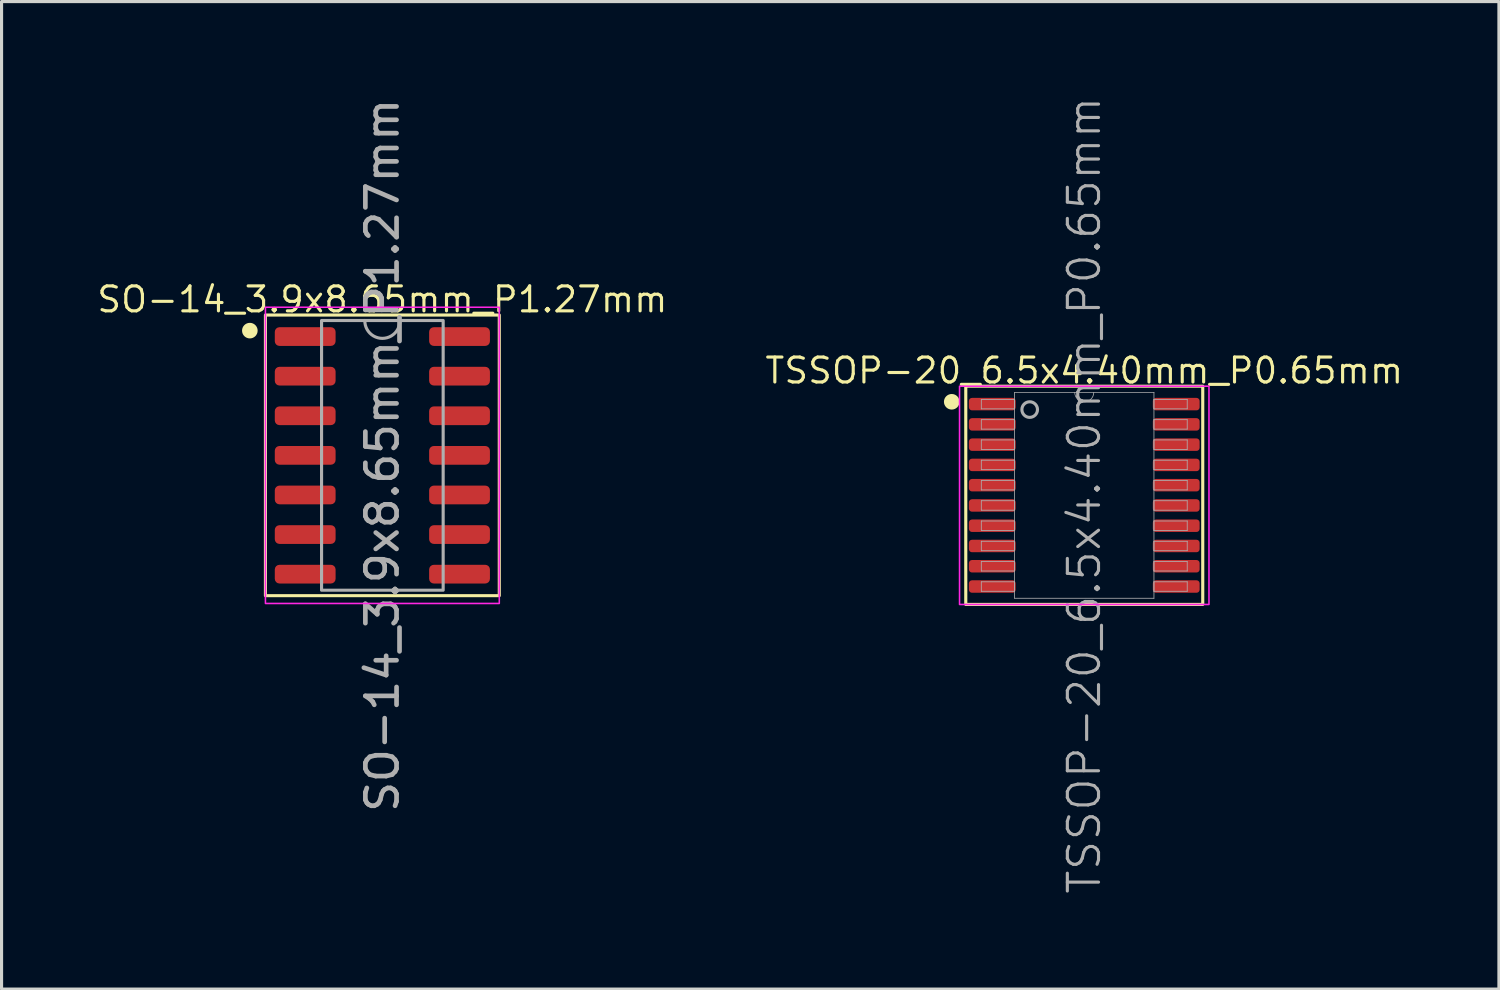
<source format=kicad_pcb>
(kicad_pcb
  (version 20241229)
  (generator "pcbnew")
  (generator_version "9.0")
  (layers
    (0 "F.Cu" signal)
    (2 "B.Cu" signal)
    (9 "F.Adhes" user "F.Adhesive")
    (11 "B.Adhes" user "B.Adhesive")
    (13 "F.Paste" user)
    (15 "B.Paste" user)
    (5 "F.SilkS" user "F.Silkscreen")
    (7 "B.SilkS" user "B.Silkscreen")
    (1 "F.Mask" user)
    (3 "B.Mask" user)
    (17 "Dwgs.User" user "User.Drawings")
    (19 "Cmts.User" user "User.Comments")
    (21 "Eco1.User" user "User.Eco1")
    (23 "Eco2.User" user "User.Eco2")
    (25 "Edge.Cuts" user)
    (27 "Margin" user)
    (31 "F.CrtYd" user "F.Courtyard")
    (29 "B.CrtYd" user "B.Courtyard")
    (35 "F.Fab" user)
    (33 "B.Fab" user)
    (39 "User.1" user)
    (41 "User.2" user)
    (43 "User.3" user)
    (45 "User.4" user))
  (footprint "TSSOP-20_6.5x4.40mm_P0.65mm"
    (layer "F.Cu")
    (at 31.724 12.836)
    (property "Reference" "TSSOP-20_6.5x4.40mm_P0.65mm" (at 0 -4 0) (unlocked yes) (layer "F.SilkS") (effects (font (size 0.8 0.8) (thickness 0.1))))
    (attr smd)
    (fp_rect (start -3.8 -3.5) (end 3.8 3.5) (stroke (width 0.1) (type solid)) (fill no) (layer "F.SilkS"))
    (fp_circle (center -4.25 -3) (end -4 -3) (stroke (width 0) (type solid)) (fill yes) (layer "F.SilkS"))
    (fp_rect (start -4 -3.5) (end 4 3.5) (stroke (width 0.05) (type solid)) (fill no) (layer "F.CrtYd"))
    (fp_line (start -3.302 -3.077) (end -3.302 -2.773) (stroke (width 0.025) (type solid)) (layer "F.Fab"))
    (fp_line (start -3.302 -2.773) (end -2.235 -2.773) (stroke (width 0.025) (type solid)) (layer "F.Fab"))
    (fp_line (start -3.302 -2.427) (end -3.302 -2.123) (stroke (width 0.025) (type solid)) (layer "F.Fab"))
    (fp_line (start -3.302 -2.123) (end -2.235 -2.123) (stroke (width 0.025) (type solid)) (layer "F.Fab"))
    (fp_line (start -3.302 -1.777) (end -3.302 -1.473) (stroke (width 0.025) (type solid)) (layer "F.Fab"))
    (fp_line (start -3.302 -1.473) (end -2.235 -1.473) (stroke (width 0.025) (type solid)) (layer "F.Fab"))
    (fp_line (start -3.302 -1.127) (end -3.302 -0.823) (stroke (width 0.025) (type solid)) (layer "F.Fab"))
    (fp_line (start -3.302 -0.823) (end -2.235 -0.823) (stroke (width 0.025) (type solid)) (layer "F.Fab"))
    (fp_line (start -3.302 -0.477) (end -3.302 -0.173) (stroke (width 0.025) (type solid)) (layer "F.Fab"))
    (fp_line (start -3.302 -0.173) (end -2.235 -0.173) (stroke (width 0.025) (type solid)) (layer "F.Fab"))
    (fp_line (start -3.302 0.173) (end -3.302 0.477) (stroke (width 0.025) (type solid)) (layer "F.Fab"))
    (fp_line (start -3.302 0.477) (end -2.235 0.477) (stroke (width 0.025) (type solid)) (layer "F.Fab"))
    (fp_line (start -3.302 0.823) (end -3.302 1.127) (stroke (width 0.025) (type solid)) (layer "F.Fab"))
    (fp_line (start -3.302 1.127) (end -2.235 1.127) (stroke (width 0.025) (type solid)) (layer "F.Fab"))
    (fp_line (start -3.302 1.473) (end -3.302 1.777) (stroke (width 0.025) (type solid)) (layer "F.Fab"))
    (fp_line (start -3.302 1.777) (end -2.235 1.777) (stroke (width 0.025) (type solid)) (layer "F.Fab"))
    (fp_line (start -3.302 2.123) (end -3.302 2.427) (stroke (width 0.025) (type solid)) (layer "F.Fab"))
    (fp_line (start -3.302 2.427) (end -2.235 2.427) (stroke (width 0.025) (type solid)) (layer "F.Fab"))
    (fp_line (start -3.302 2.773) (end -3.302 3.077) (stroke (width 0.025) (type solid)) (layer "F.Fab"))
    (fp_line (start -3.302 3.077) (end -2.235 3.077) (stroke (width 0.025) (type solid)) (layer "F.Fab"))
    (fp_line (start -2.235 -3.302) (end -2.235 3.302) (stroke (width 0.025) (type solid)) (layer "F.Fab"))
    (fp_line (start -2.235 -3.077) (end -3.302 -3.077) (stroke (width 0.025) (type solid)) (layer "F.Fab"))
    (fp_line (start -2.235 -2.773) (end -2.235 -3.077) (stroke (width 0.025) (type solid)) (layer "F.Fab"))
    (fp_line (start -2.235 -2.427) (end -3.302 -2.427) (stroke (width 0.025) (type solid)) (layer "F.Fab"))
    (fp_line (start -2.235 -2.123) (end -2.235 -2.427) (stroke (width 0.025) (type solid)) (layer "F.Fab"))
    (fp_line (start -2.235 -1.777) (end -3.302 -1.777) (stroke (width 0.025) (type solid)) (layer "F.Fab"))
    (fp_line (start -2.235 -1.473) (end -2.235 -1.777) (stroke (width 0.025) (type solid)) (layer "F.Fab"))
    (fp_line (start -2.235 -1.127) (end -3.302 -1.127) (stroke (width 0.025) (type solid)) (layer "F.Fab"))
    (fp_line (start -2.235 -0.823) (end -2.235 -1.127) (stroke (width 0.025) (type solid)) (layer "F.Fab"))
    (fp_line (start -2.235 -0.477) (end -3.302 -0.477) (stroke (width 0.025) (type solid)) (layer "F.Fab"))
    (fp_line (start -2.235 -0.173) (end -2.235 -0.477) (stroke (width 0.025) (type solid)) (layer "F.Fab"))
    (fp_line (start -2.235 0.173) (end -3.302 0.173) (stroke (width 0.025) (type solid)) (layer "F.Fab"))
    (fp_line (start -2.235 0.477) (end -2.235 0.173) (stroke (width 0.025) (type solid)) (layer "F.Fab"))
    (fp_line (start -2.235 0.823) (end -3.302 0.823) (stroke (width 0.025) (type solid)) (layer "F.Fab"))
    (fp_line (start -2.235 1.127) (end -2.235 0.823) (stroke (width 0.025) (type solid)) (layer "F.Fab"))
    (fp_line (start -2.235 1.473) (end -3.302 1.473) (stroke (width 0.025) (type solid)) (layer "F.Fab"))
    (fp_line (start -2.235 1.777) (end -2.235 1.473) (stroke (width 0.025) (type solid)) (layer "F.Fab"))
    (fp_line (start -2.235 2.123) (end -3.302 2.123) (stroke (width 0.025) (type solid)) (layer "F.Fab"))
    (fp_line (start -2.235 2.427) (end -2.235 2.123) (stroke (width 0.025) (type solid)) (layer "F.Fab"))
    (fp_line (start -2.235 2.773) (end -3.302 2.773) (stroke (width 0.025) (type solid)) (layer "F.Fab"))
    (fp_line (start -2.235 3.077) (end -2.235 2.773) (stroke (width 0.025) (type solid)) (layer "F.Fab"))
    (fp_line (start -2.235 3.302) (end 2.235 3.302) (stroke (width 0.025) (type solid)) (layer "F.Fab"))
    (fp_line (start 2.235 -3.302) (end -2.235 -3.302) (stroke (width 0.025) (type solid)) (layer "F.Fab"))
    (fp_line (start 2.235 -3.077) (end 2.235 -2.773) (stroke (width 0.025) (type solid)) (layer "F.Fab"))
    (fp_line (start 2.235 -2.773) (end 3.302 -2.773) (stroke (width 0.025) (type solid)) (layer "F.Fab"))
    (fp_line (start 2.235 -2.427) (end 2.235 -2.123) (stroke (width 0.025) (type solid)) (layer "F.Fab"))
    (fp_line (start 2.235 -2.123) (end 3.302 -2.123) (stroke (width 0.025) (type solid)) (layer "F.Fab"))
    (fp_line (start 2.235 -1.777) (end 2.235 -1.473) (stroke (width 0.025) (type solid)) (layer "F.Fab"))
    (fp_line (start 2.235 -1.473) (end 3.302 -1.473) (stroke (width 0.025) (type solid)) (layer "F.Fab"))
    (fp_line (start 2.235 -1.127) (end 2.235 -0.823) (stroke (width 0.025) (type solid)) (layer "F.Fab"))
    (fp_line (start 2.235 -0.823) (end 3.302 -0.823) (stroke (width 0.025) (type solid)) (layer "F.Fab"))
    (fp_line (start 2.235 -0.477) (end 2.235 -0.173) (stroke (width 0.025) (type solid)) (layer "F.Fab"))
    (fp_line (start 2.235 -0.173) (end 3.302 -0.173) (stroke (width 0.025) (type solid)) (layer "F.Fab"))
    (fp_line (start 2.235 0.173) (end 2.235 0.477) (stroke (width 0.025) (type solid)) (layer "F.Fab"))
    (fp_line (start 2.235 0.477) (end 3.302 0.477) (stroke (width 0.025) (type solid)) (layer "F.Fab"))
    (fp_line (start 2.235 0.823) (end 2.235 1.127) (stroke (width 0.025) (type solid)) (layer "F.Fab"))
    (fp_line (start 2.235 1.127) (end 3.302 1.127) (stroke (width 0.025) (type solid)) (layer "F.Fab"))
    (fp_line (start 2.235 1.473) (end 2.235 1.777) (stroke (width 0.025) (type solid)) (layer "F.Fab"))
    (fp_line (start 2.235 1.777) (end 3.302 1.777) (stroke (width 0.025) (type solid)) (layer "F.Fab"))
    (fp_line (start 2.235 2.123) (end 2.235 2.427) (stroke (width 0.025) (type solid)) (layer "F.Fab"))
    (fp_line (start 2.235 2.427) (end 3.302 2.427) (stroke (width 0.025) (type solid)) (layer "F.Fab"))
    (fp_line (start 2.235 2.773) (end 2.235 3.077) (stroke (width 0.025) (type solid)) (layer "F.Fab"))
    (fp_line (start 2.235 3.077) (end 3.302 3.077) (stroke (width 0.025) (type solid)) (layer "F.Fab"))
    (fp_line (start 2.235 3.302) (end 2.235 -3.302) (stroke (width 0.025) (type solid)) (layer "F.Fab"))
    (fp_line (start 3.302 -3.077) (end 2.235 -3.077) (stroke (width 0.025) (type solid)) (layer "F.Fab"))
    (fp_line (start 3.302 -2.773) (end 3.302 -3.077) (stroke (width 0.025) (type solid)) (layer "F.Fab"))
    (fp_line (start 3.302 -2.427) (end 2.235 -2.427) (stroke (width 0.025) (type solid)) (layer "F.Fab"))
    (fp_line (start 3.302 -2.123) (end 3.302 -2.427) (stroke (width 0.025) (type solid)) (layer "F.Fab"))
    (fp_line (start 3.302 -1.777) (end 2.235 -1.777) (stroke (width 0.025) (type solid)) (layer "F.Fab"))
    (fp_line (start 3.302 -1.473) (end 3.302 -1.777) (stroke (width 0.025) (type solid)) (layer "F.Fab"))
    (fp_line (start 3.302 -1.127) (end 2.235 -1.127) (stroke (width 0.025) (type solid)) (layer "F.Fab"))
    (fp_line (start 3.302 -0.823) (end 3.302 -1.127) (stroke (width 0.025) (type solid)) (layer "F.Fab"))
    (fp_line (start 3.302 -0.477) (end 2.235 -0.477) (stroke (width 0.025) (type solid)) (layer "F.Fab"))
    (fp_line (start 3.302 -0.173) (end 3.302 -0.477) (stroke (width 0.025) (type solid)) (layer "F.Fab"))
    (fp_line (start 3.302 0.173) (end 2.235 0.173) (stroke (width 0.025) (type solid)) (layer "F.Fab"))
    (fp_line (start 3.302 0.477) (end 3.302 0.173) (stroke (width 0.025) (type solid)) (layer "F.Fab"))
    (fp_line (start 3.302 0.823) (end 2.235 0.823) (stroke (width 0.025) (type solid)) (layer "F.Fab"))
    (fp_line (start 3.302 1.127) (end 3.302 0.823) (stroke (width 0.025) (type solid)) (layer "F.Fab"))
    (fp_line (start 3.302 1.473) (end 2.235 1.473) (stroke (width 0.025) (type solid)) (layer "F.Fab"))
    (fp_line (start 3.302 1.777) (end 3.302 1.473) (stroke (width 0.025) (type solid)) (layer "F.Fab"))
    (fp_line (start 3.302 2.123) (end 2.235 2.123) (stroke (width 0.025) (type solid)) (layer "F.Fab"))
    (fp_line (start 3.302 2.427) (end 3.302 2.123) (stroke (width 0.025) (type solid)) (layer "F.Fab"))
    (fp_line (start 3.302 2.773) (end 2.235 2.773) (stroke (width 0.025) (type solid)) (layer "F.Fab"))
    (fp_line (start 3.302 3.077) (end 3.302 2.773) (stroke (width 0.025) (type solid)) (layer "F.Fab"))
    (fp_arc (start 0.3048 -3.302) (mid 0 -2.9972) (end -0.3048 -3.302) (stroke (width 0.025) (type solid)) (layer "F.Fab"))
    (fp_circle (center -1.75 -2.75) (end -1.5 -2.75) (stroke (width 0.1) (type solid)) (fill no) (layer "F.Fab"))
    (fp_text user "${REFERENCE}" (at 0 0 90) (unlocked yes) (layer "F.Fab") (effects (font (size 1 1) (thickness 0.1))))
    (pad "1" smd roundrect (at -2.95 -2.925) (size 1.5 0.4) (layers "F.Cu" "F.Mask" "F.Paste") (roundrect_rratio 0.25))
    (pad "2" smd roundrect (at -2.95 -2.275) (size 1.5 0.4) (layers "F.Cu" "F.Mask" "F.Paste") (roundrect_rratio 0.25))
    (pad "3" smd roundrect (at -2.95 -1.625) (size 1.5 0.4) (layers "F.Cu" "F.Mask" "F.Paste") (roundrect_rratio 0.25))
    (pad "4" smd roundrect (at -2.95 -0.975) (size 1.5 0.4) (layers "F.Cu" "F.Mask" "F.Paste") (roundrect_rratio 0.25))
    (pad "5" smd roundrect (at -2.95 -0.325) (size 1.5 0.4) (layers "F.Cu" "F.Mask" "F.Paste") (roundrect_rratio 0.25))
    (pad "6" smd roundrect (at -2.95 0.325) (size 1.5 0.4) (layers "F.Cu" "F.Mask" "F.Paste") (roundrect_rratio 0.25))
    (pad "7" smd roundrect (at -2.95 0.975) (size 1.5 0.4) (layers "F.Cu" "F.Mask" "F.Paste") (roundrect_rratio 0.25))
    (pad "8" smd roundrect (at -2.95 1.625) (size 1.5 0.4) (layers "F.Cu" "F.Mask" "F.Paste") (roundrect_rratio 0.25))
    (pad "9" smd roundrect (at -2.95 2.275) (size 1.5 0.4) (layers "F.Cu" "F.Mask" "F.Paste") (roundrect_rratio 0.25))
    (pad "10" smd roundrect (at -2.95 2.925) (size 1.5 0.4) (layers "F.Cu" "F.Mask" "F.Paste") (roundrect_rratio 0.25))
    (pad "11" smd roundrect (at 2.95 2.925) (size 1.5 0.4) (layers "F.Cu" "F.Mask" "F.Paste") (roundrect_rratio 0.25))
    (pad "12" smd roundrect (at 2.95 2.275) (size 1.5 0.4) (layers "F.Cu" "F.Mask" "F.Paste") (roundrect_rratio 0.25))
    (pad "13" smd roundrect (at 2.95 1.625) (size 1.5 0.4) (layers "F.Cu" "F.Mask" "F.Paste") (roundrect_rratio 0.25))
    (pad "14" smd roundrect (at 2.95 0.975) (size 1.5 0.4) (layers "F.Cu" "F.Mask" "F.Paste") (roundrect_rratio 0.25))
    (pad "15" smd roundrect (at 2.95 0.325) (size 1.5 0.4) (layers "F.Cu" "F.Mask" "F.Paste") (roundrect_rratio 0.25))
    (pad "16" smd roundrect (at 2.95 -0.325) (size 1.5 0.4) (layers "F.Cu" "F.Mask" "F.Paste") (roundrect_rratio 0.25))
    (pad "17" smd roundrect (at 2.95 -0.975) (size 1.5 0.4) (layers "F.Cu" "F.Mask" "F.Paste") (roundrect_rratio 0.25))
    (pad "18" smd roundrect (at 2.95 -1.625) (size 1.5 0.4) (layers "F.Cu" "F.Mask" "F.Paste") (roundrect_rratio 0.25))
    (pad "19" smd roundrect (at 2.95 -2.275) (size 1.5 0.4) (layers "F.Cu" "F.Mask" "F.Paste") (roundrect_rratio 0.25))
    (pad "20" smd roundrect (at 2.95 -2.925) (size 1.5 0.4) (layers "F.Cu" "F.Mask" "F.Paste") (roundrect_rratio 0.25)))
  (footprint "SO-14_3.9x8.65mm_P1.27mm"
    (layer "F.Cu")
    (at 9.213 11.554)
    (property "Reference" "SO-14_3.9x8.65mm_P1.27mm" (at 0 -5 0) (layer "F.SilkS") (effects (font (size 0.8 0.8) (thickness 0.1))))
    (attr smd)
    (fp_rect (start -3.75 -4.5) (end 3.75 4.5) (stroke (width 0.1) (type solid)) (fill no) (layer "F.SilkS"))
    (fp_circle (center -4.25 -4) (end -4 -4) (stroke (width 0) (type solid)) (fill yes) (layer "F.SilkS"))
    (fp_rect (start -3.75 -4.75) (end 3.75 4.75) (stroke (width 0.05) (type solid)) (fill no) (layer "F.CrtYd"))
    (fp_rect (start 1.95 4.325) (end -1.95 -4.325) (stroke (width 0.1) (type solid)) (fill no) (layer "F.Fab"))
    (fp_arc (start 0.5625 -4.325) (mid 0 -3.752066) (end -0.5625 -4.325) (stroke (width 0.1) (type solid)) (layer "F.Fab"))
    (fp_text user "${REFERENCE}" (at 0 0 90) (layer "F.Fab") (effects (font (size 1 1) (thickness 0.15))))
    (pad "1" smd roundrect (at -2.475 -3.81) (size 1.95 0.6) (layers "F.Cu" "F.Mask" "F.Paste") (roundrect_rratio 0.25))
    (pad "2" smd roundrect (at -2.475 -2.54) (size 1.95 0.6) (layers "F.Cu" "F.Mask" "F.Paste") (roundrect_rratio 0.25))
    (pad "3" smd roundrect (at -2.475 -1.27) (size 1.95 0.6) (layers "F.Cu" "F.Mask" "F.Paste") (roundrect_rratio 0.25))
    (pad "4" smd roundrect (at -2.475 0) (size 1.95 0.6) (layers "F.Cu" "F.Mask" "F.Paste") (roundrect_rratio 0.25))
    (pad "5" smd roundrect (at -2.475 1.27) (size 1.95 0.6) (layers "F.Cu" "F.Mask" "F.Paste") (roundrect_rratio 0.25))
    (pad "6" smd roundrect (at -2.475 2.54) (size 1.95 0.6) (layers "F.Cu" "F.Mask" "F.Paste") (roundrect_rratio 0.25))
    (pad "7" smd roundrect (at -2.475 3.81) (size 1.95 0.6) (layers "F.Cu" "F.Mask" "F.Paste") (roundrect_rratio 0.25))
    (pad "8" smd roundrect (at 2.475 3.81) (size 1.95 0.6) (layers "F.Cu" "F.Mask" "F.Paste") (roundrect_rratio 0.25))
    (pad "9" smd roundrect (at 2.475 2.54) (size 1.95 0.6) (layers "F.Cu" "F.Mask" "F.Paste") (roundrect_rratio 0.25))
    (pad "10" smd roundrect (at 2.475 1.27) (size 1.95 0.6) (layers "F.Cu" "F.Mask" "F.Paste") (roundrect_rratio 0.25))
    (pad "11" smd roundrect (at 2.475 0) (size 1.95 0.6) (layers "F.Cu" "F.Mask" "F.Paste") (roundrect_rratio 0.25))
    (pad "12" smd roundrect (at 2.475 -1.27) (size 1.95 0.6) (layers "F.Cu" "F.Mask" "F.Paste") (roundrect_rratio 0.25))
    (pad "13" smd roundrect (at 2.475 -2.54) (size 1.95 0.6) (layers "F.Cu" "F.Mask" "F.Paste") (roundrect_rratio 0.25))
    (pad "14" smd roundrect (at 2.475 -3.81) (size 1.95 0.6) (layers "F.Cu" "F.Mask" "F.Paste") (roundrect_rratio 0.25)))
  (gr_rect
    (start -3 -3)
    (end 45.023 28.671)
    (stroke (width 0.1) (type default))
    (fill no)
    (layer "Edge.Cuts")))
</source>
